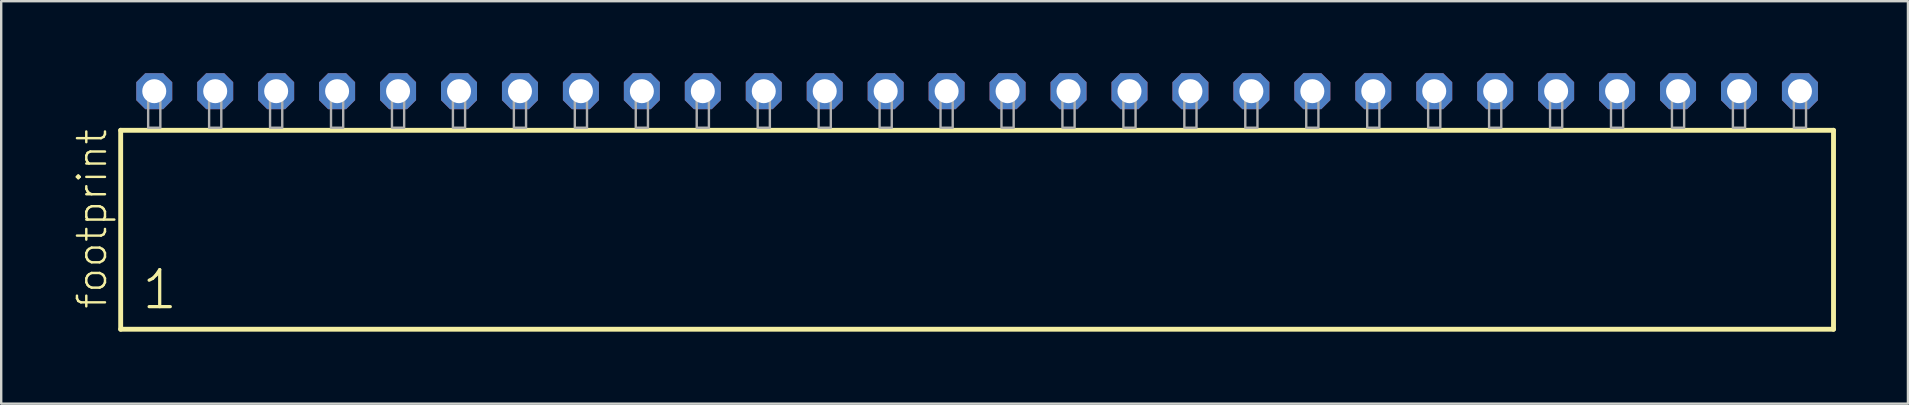
<source format=kicad_pcb>
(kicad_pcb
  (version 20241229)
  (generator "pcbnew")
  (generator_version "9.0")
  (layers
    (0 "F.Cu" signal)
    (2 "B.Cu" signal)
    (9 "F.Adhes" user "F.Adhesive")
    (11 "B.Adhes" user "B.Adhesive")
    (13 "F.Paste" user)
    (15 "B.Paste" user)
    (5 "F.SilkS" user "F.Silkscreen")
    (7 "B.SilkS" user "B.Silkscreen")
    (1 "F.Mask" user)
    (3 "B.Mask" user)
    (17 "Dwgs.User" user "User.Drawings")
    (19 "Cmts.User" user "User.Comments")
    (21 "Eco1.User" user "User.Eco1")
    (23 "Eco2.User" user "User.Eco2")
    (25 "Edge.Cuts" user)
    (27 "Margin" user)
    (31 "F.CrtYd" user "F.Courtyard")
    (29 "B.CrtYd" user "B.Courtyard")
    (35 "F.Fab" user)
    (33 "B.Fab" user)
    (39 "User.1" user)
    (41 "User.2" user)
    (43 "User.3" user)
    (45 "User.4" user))
  (footprint "footprint"
    (layer "F.Cu")
    (at 37.668 2.274)
    (property "Reference" "footprint" (at -36.195 7.62 90) (layer "F.SilkS") (effects (font (size 1.168 1.168) (thickness 0.102)) (justify left bottom)))
    (fp_line (start -35.689 0.106) (end -35.689 8.396) (stroke (width 0.203) (type solid)) (layer "F.SilkS"))
    (fp_line (start -35.689 8.396) (end 35.689 8.396) (stroke (width 0.203) (type solid)) (layer "F.SilkS"))
    (fp_line (start 35.689 0.106) (end -35.689 0.106) (stroke (width 0.203) (type solid)) (layer "F.SilkS"))
    (fp_line (start 35.689 8.396) (end 35.689 0.106) (stroke (width 0.203) (type solid)) (layer "F.SilkS"))
    (fp_poly (pts (xy -34.544 0) (xy -34.036 0) (xy -34.036 -1.778) (xy -34.544 -1.778)) (stroke (width 0.1) (type solid)) (fill no) (layer "F.Fab"))
    (fp_poly (pts (xy -32.004 0) (xy -31.496 0) (xy -31.496 -1.778) (xy -32.004 -1.778)) (stroke (width 0.1) (type solid)) (fill no) (layer "F.Fab"))
    (fp_poly (pts (xy -29.464 0) (xy -28.956 0) (xy -28.956 -1.778) (xy -29.464 -1.778)) (stroke (width 0.1) (type solid)) (fill no) (layer "F.Fab"))
    (fp_poly (pts (xy -26.924 0) (xy -26.416 0) (xy -26.416 -1.778) (xy -26.924 -1.778)) (stroke (width 0.1) (type solid)) (fill no) (layer "F.Fab"))
    (fp_poly (pts (xy -24.384 0) (xy -23.876 0) (xy -23.876 -1.778) (xy -24.384 -1.778)) (stroke (width 0.1) (type solid)) (fill no) (layer "F.Fab"))
    (fp_poly (pts (xy -21.844 0) (xy -21.336 0) (xy -21.336 -1.778) (xy -21.844 -1.778)) (stroke (width 0.1) (type solid)) (fill no) (layer "F.Fab"))
    (fp_poly (pts (xy -19.304 0) (xy -18.796 0) (xy -18.796 -1.778) (xy -19.304 -1.778)) (stroke (width 0.1) (type solid)) (fill no) (layer "F.Fab"))
    (fp_poly (pts (xy -16.764 0) (xy -16.256 0) (xy -16.256 -1.778) (xy -16.764 -1.778)) (stroke (width 0.1) (type solid)) (fill no) (layer "F.Fab"))
    (fp_poly (pts (xy -14.224 0) (xy -13.716 0) (xy -13.716 -1.778) (xy -14.224 -1.778)) (stroke (width 0.1) (type solid)) (fill no) (layer "F.Fab"))
    (fp_poly (pts (xy -11.684 0) (xy -11.176 0) (xy -11.176 -1.778) (xy -11.684 -1.778)) (stroke (width 0.1) (type solid)) (fill no) (layer "F.Fab"))
    (fp_poly (pts (xy -9.144 0) (xy -8.636 0) (xy -8.636 -1.778) (xy -9.144 -1.778)) (stroke (width 0.1) (type solid)) (fill no) (layer "F.Fab"))
    (fp_poly (pts (xy -6.604 0) (xy -6.096 0) (xy -6.096 -1.778) (xy -6.604 -1.778)) (stroke (width 0.1) (type solid)) (fill no) (layer "F.Fab"))
    (fp_poly (pts (xy -4.064 0) (xy -3.556 0) (xy -3.556 -1.778) (xy -4.064 -1.778)) (stroke (width 0.1) (type solid)) (fill no) (layer "F.Fab"))
    (fp_poly (pts (xy -1.524 0) (xy -1.016 0) (xy -1.016 -1.778) (xy -1.524 -1.778)) (stroke (width 0.1) (type solid)) (fill no) (layer "F.Fab"))
    (fp_poly (pts (xy 1.016 0) (xy 1.524 0) (xy 1.524 -1.778) (xy 1.016 -1.778)) (stroke (width 0.1) (type solid)) (fill no) (layer "F.Fab"))
    (fp_poly (pts (xy 3.556 0) (xy 4.064 0) (xy 4.064 -1.778) (xy 3.556 -1.778)) (stroke (width 0.1) (type solid)) (fill no) (layer "F.Fab"))
    (fp_poly (pts (xy 6.096 0) (xy 6.604 0) (xy 6.604 -1.778) (xy 6.096 -1.778)) (stroke (width 0.1) (type solid)) (fill no) (layer "F.Fab"))
    (fp_poly (pts (xy 8.636 0) (xy 9.144 0) (xy 9.144 -1.778) (xy 8.636 -1.778)) (stroke (width 0.1) (type solid)) (fill no) (layer "F.Fab"))
    (fp_poly (pts (xy 11.176 0) (xy 11.684 0) (xy 11.684 -1.778) (xy 11.176 -1.778)) (stroke (width 0.1) (type solid)) (fill no) (layer "F.Fab"))
    (fp_poly (pts (xy 13.716 0) (xy 14.224 0) (xy 14.224 -1.778) (xy 13.716 -1.778)) (stroke (width 0.1) (type solid)) (fill no) (layer "F.Fab"))
    (fp_poly (pts (xy 16.256 0) (xy 16.764 0) (xy 16.764 -1.778) (xy 16.256 -1.778)) (stroke (width 0.1) (type solid)) (fill no) (layer "F.Fab"))
    (fp_poly (pts (xy 18.796 0) (xy 19.304 0) (xy 19.304 -1.778) (xy 18.796 -1.778)) (stroke (width 0.1) (type solid)) (fill no) (layer "F.Fab"))
    (fp_poly (pts (xy 21.336 0) (xy 21.844 0) (xy 21.844 -1.778) (xy 21.336 -1.778)) (stroke (width 0.1) (type solid)) (fill no) (layer "F.Fab"))
    (fp_poly (pts (xy 23.876 0) (xy 24.384 0) (xy 24.384 -1.778) (xy 23.876 -1.778)) (stroke (width 0.1) (type solid)) (fill no) (layer "F.Fab"))
    (fp_poly (pts (xy 26.416 0) (xy 26.924 0) (xy 26.924 -1.778) (xy 26.416 -1.778)) (stroke (width 0.1) (type solid)) (fill no) (layer "F.Fab"))
    (fp_poly (pts (xy 28.956 0) (xy 29.464 0) (xy 29.464 -1.778) (xy 28.956 -1.778)) (stroke (width 0.1) (type solid)) (fill no) (layer "F.Fab"))
    (fp_poly (pts (xy 31.496 0) (xy 32.004 0) (xy 32.004 -1.778) (xy 31.496 -1.778)) (stroke (width 0.1) (type solid)) (fill no) (layer "F.Fab"))
    (fp_poly (pts (xy 34.036 0) (xy 34.544 0) (xy 34.544 -1.778) (xy 34.036 -1.778)) (stroke (width 0.1) (type solid)) (fill no) (layer "F.Fab"))
    (fp_text user "1" (at -34.885 7.65 0) (layer "F.SilkS") (effects (font (size 1.542 1.542) (thickness 0.134)) (justify left bottom)))
    (pad "1" thru_hole roundrect (at -34.29 -1.524) (size 1.5 1.5) (drill 1) (layers "*.Cu" "*.Mask") (roundrect_rratio 0.25) (chamfer_ratio 0.25) (chamfer top_left top_right bottom_left bottom_right))
    (pad "2" thru_hole roundrect (at -31.75 -1.524) (size 1.5 1.5) (drill 1) (layers "*.Cu" "*.Mask") (roundrect_rratio 0.25) (chamfer_ratio 0.25) (chamfer top_left top_right bottom_left bottom_right))
    (pad "3" thru_hole roundrect (at -29.21 -1.524) (size 1.5 1.5) (drill 1) (layers "*.Cu" "*.Mask") (roundrect_rratio 0.25) (chamfer_ratio 0.25) (chamfer top_left top_right bottom_left bottom_right))
    (pad "4" thru_hole roundrect (at -26.67 -1.524) (size 1.5 1.5) (drill 1) (layers "*.Cu" "*.Mask") (roundrect_rratio 0.25) (chamfer_ratio 0.25) (chamfer top_left top_right bottom_left bottom_right))
    (pad "5" thru_hole roundrect (at -24.13 -1.524) (size 1.5 1.5) (drill 1) (layers "*.Cu" "*.Mask") (roundrect_rratio 0.25) (chamfer_ratio 0.25) (chamfer top_left top_right bottom_left bottom_right))
    (pad "6" thru_hole roundrect (at -21.59 -1.524) (size 1.5 1.5) (drill 1) (layers "*.Cu" "*.Mask") (roundrect_rratio 0.25) (chamfer_ratio 0.25) (chamfer top_left top_right bottom_left bottom_right))
    (pad "7" thru_hole roundrect (at -19.05 -1.524) (size 1.5 1.5) (drill 1) (layers "*.Cu" "*.Mask") (roundrect_rratio 0.25) (chamfer_ratio 0.25) (chamfer top_left top_right bottom_left bottom_right))
    (pad "8" thru_hole roundrect (at -16.51 -1.524) (size 1.5 1.5) (drill 1) (layers "*.Cu" "*.Mask") (roundrect_rratio 0.25) (chamfer_ratio 0.25) (chamfer top_left top_right bottom_left bottom_right))
    (pad "9" thru_hole roundrect (at -13.97 -1.524) (size 1.5 1.5) (drill 1) (layers "*.Cu" "*.Mask") (roundrect_rratio 0.25) (chamfer_ratio 0.25) (chamfer top_left top_right bottom_left bottom_right))
    (pad "10" thru_hole roundrect (at -11.43 -1.524) (size 1.5 1.5) (drill 1) (layers "*.Cu" "*.Mask") (roundrect_rratio 0.25) (chamfer_ratio 0.25) (chamfer top_left top_right bottom_left bottom_right))
    (pad "11" thru_hole roundrect (at -8.89 -1.524) (size 1.5 1.5) (drill 1) (layers "*.Cu" "*.Mask") (roundrect_rratio 0.25) (chamfer_ratio 0.25) (chamfer top_left top_right bottom_left bottom_right))
    (pad "12" thru_hole roundrect (at -6.35 -1.524) (size 1.5 1.5) (drill 1) (layers "*.Cu" "*.Mask") (roundrect_rratio 0.25) (chamfer_ratio 0.25) (chamfer top_left top_right bottom_left bottom_right))
    (pad "13" thru_hole roundrect (at -3.81 -1.524) (size 1.5 1.5) (drill 1) (layers "*.Cu" "*.Mask") (roundrect_rratio 0.25) (chamfer_ratio 0.25) (chamfer top_left top_right bottom_left bottom_right))
    (pad "14" thru_hole roundrect (at -1.27 -1.524) (size 1.5 1.5) (drill 1) (layers "*.Cu" "*.Mask") (roundrect_rratio 0.25) (chamfer_ratio 0.25) (chamfer top_left top_right bottom_left bottom_right))
    (pad "15" thru_hole roundrect (at 1.27 -1.524) (size 1.5 1.5) (drill 1) (layers "*.Cu" "*.Mask") (roundrect_rratio 0.25) (chamfer_ratio 0.25) (chamfer top_left top_right bottom_left bottom_right))
    (pad "16" thru_hole roundrect (at 3.81 -1.524) (size 1.5 1.5) (drill 1) (layers "*.Cu" "*.Mask") (roundrect_rratio 0.25) (chamfer_ratio 0.25) (chamfer top_left top_right bottom_left bottom_right))
    (pad "17" thru_hole roundrect (at 6.35 -1.524) (size 1.5 1.5) (drill 1) (layers "*.Cu" "*.Mask") (roundrect_rratio 0.25) (chamfer_ratio 0.25) (chamfer top_left top_right bottom_left bottom_right))
    (pad "18" thru_hole roundrect (at 8.89 -1.524) (size 1.5 1.5) (drill 1) (layers "*.Cu" "*.Mask") (roundrect_rratio 0.25) (chamfer_ratio 0.25) (chamfer top_left top_right bottom_left bottom_right))
    (pad "19" thru_hole roundrect (at 11.43 -1.524) (size 1.5 1.5) (drill 1) (layers "*.Cu" "*.Mask") (roundrect_rratio 0.25) (chamfer_ratio 0.25) (chamfer top_left top_right bottom_left bottom_right))
    (pad "20" thru_hole roundrect (at 13.97 -1.524) (size 1.5 1.5) (drill 1) (layers "*.Cu" "*.Mask") (roundrect_rratio 0.25) (chamfer_ratio 0.25) (chamfer top_left top_right bottom_left bottom_right))
    (pad "21" thru_hole roundrect (at 16.51 -1.524) (size 1.5 1.5) (drill 1) (layers "*.Cu" "*.Mask") (roundrect_rratio 0.25) (chamfer_ratio 0.25) (chamfer top_left top_right bottom_left bottom_right))
    (pad "22" thru_hole roundrect (at 19.05 -1.524) (size 1.5 1.5) (drill 1) (layers "*.Cu" "*.Mask") (roundrect_rratio 0.25) (chamfer_ratio 0.25) (chamfer top_left top_right bottom_left bottom_right))
    (pad "23" thru_hole roundrect (at 21.59 -1.524) (size 1.5 1.5) (drill 1) (layers "*.Cu" "*.Mask") (roundrect_rratio 0.25) (chamfer_ratio 0.25) (chamfer top_left top_right bottom_left bottom_right))
    (pad "24" thru_hole roundrect (at 24.13 -1.524) (size 1.5 1.5) (drill 1) (layers "*.Cu" "*.Mask") (roundrect_rratio 0.25) (chamfer_ratio 0.25) (chamfer top_left top_right bottom_left bottom_right))
    (pad "25" thru_hole roundrect (at 26.67 -1.524) (size 1.5 1.5) (drill 1) (layers "*.Cu" "*.Mask") (roundrect_rratio 0.25) (chamfer_ratio 0.25) (chamfer top_left top_right bottom_left bottom_right))
    (pad "26" thru_hole roundrect (at 29.21 -1.524) (size 1.5 1.5) (drill 1) (layers "*.Cu" "*.Mask") (roundrect_rratio 0.25) (chamfer_ratio 0.25) (chamfer top_left top_right bottom_left bottom_right))
    (pad "27" thru_hole roundrect (at 31.75 -1.524) (size 1.5 1.5) (drill 1) (layers "*.Cu" "*.Mask") (roundrect_rratio 0.25) (chamfer_ratio 0.25) (chamfer top_left top_right bottom_left bottom_right))
    (pad "28" thru_hole roundrect (at 34.29 -1.524) (size 1.5 1.5) (drill 1) (layers "*.Cu" "*.Mask") (roundrect_rratio 0.25) (chamfer_ratio 0.25) (chamfer top_left top_right bottom_left bottom_right)))
  (gr_rect
    (start -3 -3)
    (end 76.459 13.772)
    (stroke (width 0.1) (type default))
    (fill no)
    (layer "Edge.Cuts")))
</source>
